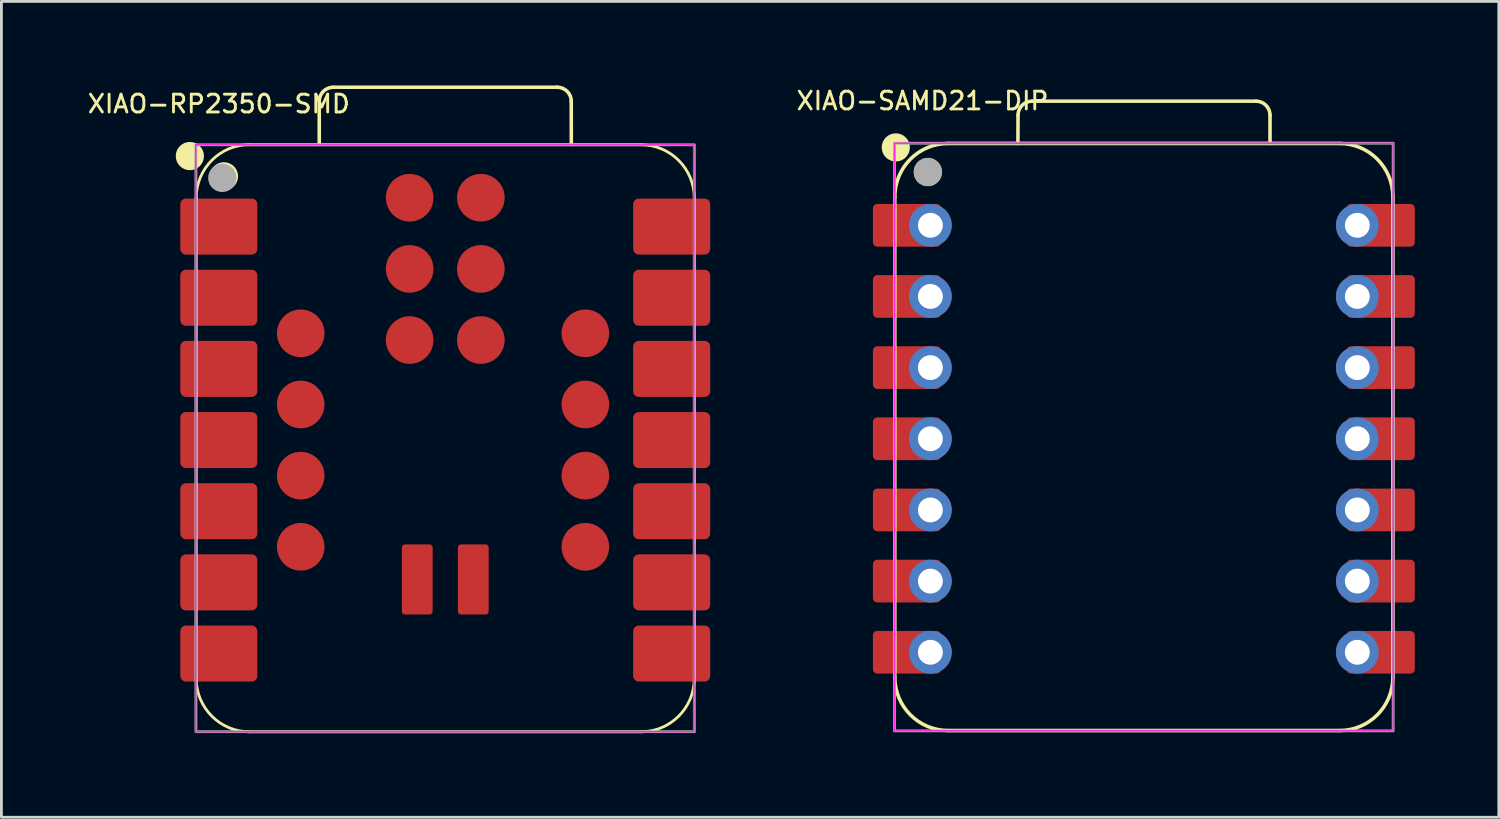
<source format=kicad_pcb>
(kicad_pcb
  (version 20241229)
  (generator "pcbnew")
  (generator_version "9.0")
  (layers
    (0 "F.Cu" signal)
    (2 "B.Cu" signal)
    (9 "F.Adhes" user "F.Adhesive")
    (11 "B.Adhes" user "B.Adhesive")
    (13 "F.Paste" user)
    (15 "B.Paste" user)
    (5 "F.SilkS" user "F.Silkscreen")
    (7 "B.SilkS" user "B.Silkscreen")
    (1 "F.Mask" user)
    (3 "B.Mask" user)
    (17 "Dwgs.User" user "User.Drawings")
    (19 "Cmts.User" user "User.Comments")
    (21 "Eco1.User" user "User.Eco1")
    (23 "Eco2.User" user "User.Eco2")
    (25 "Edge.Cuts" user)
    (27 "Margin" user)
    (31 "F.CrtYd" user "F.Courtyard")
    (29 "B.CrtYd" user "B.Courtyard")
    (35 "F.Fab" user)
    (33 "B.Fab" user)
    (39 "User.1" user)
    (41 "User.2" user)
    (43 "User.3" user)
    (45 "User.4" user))
  (footprint "XIAO-SAMD21-DIP"
    (layer "F.Cu")
    (at 37.88 12.55)
    (property "Reference" "XIAO-SAMD21-DIP" (at -8 -12 0) (unlocked yes) (layer "F.SilkS") (effects (font (size 0.635 0.635) (thickness 0.102))))
    (attr smd)
    (fp_line (start -8.99 8.572) (end -8.99 -8.573) (stroke (width 0.127) (type solid)) (layer "F.SilkS"))
    (fp_line (start -7.085 10.476) (end 6.885 10.476) (stroke (width 0.127) (type solid)) (layer "F.SilkS"))
    (fp_line (start -4.595 -10.479) (end -4.591 -11.489) (stroke (width 0.127) (type solid)) (layer "F.SilkS"))
    (fp_line (start -4.091 -11.989) (end 3.904 -11.989) (stroke (width 0.127) (type solid)) (layer "F.SilkS"))
    (fp_line (start 4.404 -11.489) (end 4.404 -10.479) (stroke (width 0.127) (type solid)) (layer "F.SilkS"))
    (fp_line (start 6.885 -10.479) (end -7.085 -10.479) (stroke (width 0.1) (type solid)) (layer "F.SilkS"))
    (fp_line (start 6.885 -10.479) (end -7.085 -10.479) (stroke (width 0.127) (type solid)) (layer "F.SilkS"))
    (fp_line (start 8.79 8.572) (end 8.79 -8.573) (stroke (width 0.127) (type solid)) (layer "F.SilkS"))
    (fp_arc (start -8.99 -8.5735) (mid -8.432038 -9.920538) (end -7.085 -10.4785) (stroke (width 0.127) (type solid)) (layer "F.SilkS"))
    (fp_arc (start -7.085 10.4765) (mid -8.432038 9.918538) (end -8.99 8.5715) (stroke (width 0.127) (type solid)) (layer "F.SilkS"))
    (fp_arc (start -4.591272 -11.488772) (mid -4.444728 -11.84214) (end -4.091272 -11.9885) (stroke (width 0.127) (type default)) (layer "F.SilkS"))
    (fp_arc (start 3.904 -11.9885) (mid 4.257553 -11.842053) (end 4.404 -11.4885) (stroke (width 0.127) (type default)) (layer "F.SilkS"))
    (fp_arc (start 6.885 -10.4785) (mid 8.232038 -9.920538) (end 8.79 -8.5735) (stroke (width 0.127) (type solid)) (layer "F.SilkS"))
    (fp_arc (start 8.79 8.5715) (mid 8.232038 9.918538) (end 6.885 10.4765) (stroke (width 0.127) (type solid)) (layer "F.SilkS"))
    (fp_circle (center -8.954 -10.338) (end -8.954 -10.591) (stroke (width 0.5) (type solid)) (fill yes) (layer "F.SilkS"))
    (fp_circle (center -7.811 -9.457) (end -7.811 -9.711) (stroke (width 0.5) (type solid)) (fill yes) (layer "F.SilkS"))
    (fp_rect (start -9 -10.488) (end 8.8 10.488) (stroke (width 0.05) (type default)) (fill no) (layer "F.CrtYd"))
    (fp_rect (start -9 -10.488) (end 8.8 10.488) (stroke (width 0.1) (type default)) (fill no) (layer "F.Fab"))
    (fp_circle (center -7.808 -9.463) (end -7.808 -9.717) (stroke (width 0.5) (type solid)) (fill no) (layer "F.Fab"))
    (pad "1" smd roundrect (at -8.555 -7.558 180) (size 2.432 1.524) (layers "F.Cu" "F.Mask") (roundrect_rratio 0.1))
    (pad "1" thru_hole circle (at -7.72 -7.558 180) (size 1.524 1.524) (drill 0.889) (layers "*.Cu" "*.Mask"))
    (pad "2" smd roundrect (at -8.555 -5.018 180) (size 2.432 1.524) (layers "F.Cu" "F.Mask") (roundrect_rratio 0.1))
    (pad "2" thru_hole circle (at -7.72 -5.018 180) (size 1.524 1.524) (drill 0.889) (layers "*.Cu" "*.Mask"))
    (pad "3" smd roundrect (at -8.555 -2.478 180) (size 2.432 1.524) (layers "F.Cu" "F.Mask") (roundrect_rratio 0.1))
    (pad "3" thru_hole circle (at -7.72 -2.478 180) (size 1.524 1.524) (drill 0.889) (layers "*.Cu" "*.Mask"))
    (pad "4" smd roundrect (at -8.555 0.062 180) (size 2.432 1.524) (layers "F.Cu" "F.Mask") (roundrect_rratio 0.1))
    (pad "4" thru_hole circle (at -7.72 0.062 180) (size 1.524 1.524) (drill 0.889) (layers "*.Cu" "*.Mask"))
    (pad "5" smd roundrect (at -8.555 2.603 180) (size 2.432 1.524) (layers "F.Cu" "F.Mask") (roundrect_rratio 0.1))
    (pad "5" thru_hole circle (at -7.72 2.603 180) (size 1.524 1.524) (drill 0.889) (layers "*.Cu" "*.Mask"))
    (pad "6" smd roundrect (at -8.555 5.143 180) (size 2.432 1.524) (layers "F.Cu" "F.Mask") (roundrect_rratio 0.1))
    (pad "6" thru_hole circle (at -7.72 5.143 180) (size 1.524 1.524) (drill 0.889) (layers "*.Cu" "*.Mask"))
    (pad "7" smd roundrect (at -8.555 7.683 180) (size 2.432 1.524) (layers "F.Cu" "F.Mask") (roundrect_rratio 0.1))
    (pad "7" thru_hole circle (at -7.72 7.683 180) (size 1.524 1.524) (drill 0.889) (layers "*.Cu" "*.Mask"))
    (pad "8" thru_hole circle (at 7.52 7.683) (size 1.524 1.524) (drill 0.889) (layers "*.Cu" "*.Mask"))
    (pad "8" smd roundrect (at 8.355 7.683) (size 2.432 1.524) (layers "F.Cu" "F.Mask") (roundrect_rratio 0.1))
    (pad "9" thru_hole circle (at 7.52 5.143) (size 1.524 1.524) (drill 0.889) (layers "*.Cu" "*.Mask"))
    (pad "9" smd roundrect (at 8.355 5.143) (size 2.432 1.524) (layers "F.Cu" "F.Mask") (roundrect_rratio 0.1))
    (pad "10" thru_hole circle (at 7.52 2.603) (size 1.524 1.524) (drill 0.889) (layers "*.Cu" "*.Mask"))
    (pad "10" smd roundrect (at 8.355 2.603) (size 2.432 1.524) (layers "F.Cu" "F.Mask") (roundrect_rratio 0.1))
    (pad "11" thru_hole circle (at 7.52 0.062) (size 1.524 1.524) (drill 0.889) (layers "*.Cu" "*.Mask"))
    (pad "11" smd roundrect (at 8.355 0.062) (size 2.432 1.524) (layers "F.Cu" "F.Mask") (roundrect_rratio 0.1))
    (pad "12" thru_hole circle (at 7.52 -2.478) (size 1.524 1.524) (drill 0.889) (layers "*.Cu" "*.Mask"))
    (pad "12" smd roundrect (at 8.355 -2.478) (size 2.432 1.524) (layers "F.Cu" "F.Mask") (roundrect_rratio 0.1))
    (pad "13" thru_hole circle (at 7.52 -5.018) (size 1.524 1.524) (drill 0.889) (layers "*.Cu" "*.Mask"))
    (pad "13" smd roundrect (at 8.355 -5.018) (size 2.432 1.524) (layers "F.Cu" "F.Mask") (roundrect_rratio 0.1))
    (pad "14" thru_hole circle (at 7.52 -7.558) (size 1.524 1.524) (drill 0.889) (layers "*.Cu" "*.Mask"))
    (pad "14" smd roundrect (at 8.355 -7.558) (size 2.432 1.524) (layers "F.Cu" "F.Mask") (roundrect_rratio 0.1)))
  (footprint "XIAO-RP2350-SMD"
    (layer "F.Cu")
    (at 12.761 12.658)
    (property "Reference" "XIAO-RP2350-SMD" (at -8 -12 0) (unlocked yes) (layer "F.SilkS") (effects (font (size 0.635 0.635) (thickness 0.102))))
    (attr smd)
    (fp_line (start -8.807 8.509) (end -8.807 -8.636) (stroke (width 0.1) (type solid)) (layer "F.SilkS"))
    (fp_line (start -6.902 10.414) (end 7.067 10.414) (stroke (width 0.1) (type solid)) (layer "F.SilkS"))
    (fp_line (start -4.415 -10.553) (end -4.415 -12.094) (stroke (width 0.127) (type solid)) (layer "F.SilkS"))
    (fp_line (start -3.915 -12.594) (end 4.08 -12.594) (stroke (width 0.127) (type solid)) (layer "F.SilkS"))
    (fp_line (start 4.58 -12.094) (end 4.582 -10.55) (stroke (width 0.127) (type solid)) (layer "F.SilkS"))
    (fp_line (start 7.067 -10.541) (end -6.902 -10.541) (stroke (width 0.1) (type solid)) (layer "F.SilkS"))
    (fp_line (start 8.973 8.509) (end 8.973 -8.636) (stroke (width 0.1) (type solid)) (layer "F.SilkS"))
    (fp_arc (start -8.8075 -8.64) (mid -8.249538 -9.987038) (end -6.9025 -10.545) (stroke (width 0.1) (type solid)) (layer "F.SilkS"))
    (fp_arc (start -6.9025 10.414) (mid -8.249538 9.856038) (end -8.8075 8.509) (stroke (width 0.1) (type solid)) (layer "F.SilkS"))
    (fp_arc (start -4.414784 -12.094284) (mid -4.268207 -12.447619) (end -3.914784 -12.594012) (stroke (width 0.127) (type default)) (layer "F.SilkS"))
    (fp_arc (start 4.080488 -12.594012) (mid 4.434053 -12.44757) (end 4.580488 -12.094012) (stroke (width 0.127) (type default)) (layer "F.SilkS"))
    (fp_arc (start 7.0675 -10.541) (mid 8.414538 -9.983038) (end 8.9725 -8.636) (stroke (width 0.1) (type solid)) (layer "F.SilkS"))
    (fp_arc (start 8.9725 8.509) (mid 8.414538 9.856038) (end 7.0675 10.414) (stroke (width 0.1) (type solid)) (layer "F.SilkS"))
    (fp_circle (center -9.034 -10.137) (end -9.034 -10.391) (stroke (width 0.5) (type solid)) (fill yes) (layer "F.SilkS"))
    (fp_circle (center -7.817 -9.414) (end -7.817 -9.668) (stroke (width 0.5) (type solid)) (fill yes) (layer "F.SilkS"))
    (fp_rect (start -8.828 -10.54) (end 8.953 10.41) (stroke (width 0.05) (type default)) (fill no) (layer "F.CrtYd"))
    (fp_rect (start -8.818 -10.54) (end 8.973 10.41) (stroke (width 0.1) (type default)) (fill no) (layer "F.Fab"))
    (fp_circle (center -7.878 -9.357) (end -7.878 -9.611) (stroke (width 0.5) (type solid)) (fill no) (layer "F.Fab"))
    (pad "1" smd roundrect (at -8 -7.62 180) (size 2.75 2) (layers "F.Cu" "F.Mask" "F.Paste") (roundrect_rratio 0.1))
    (pad "2" smd roundrect (at -8 -5.08 180) (size 2.75 2) (layers "F.Cu" "F.Mask" "F.Paste") (roundrect_rratio 0.1))
    (pad "3" smd roundrect (at -8 -2.54 180) (size 2.75 2) (layers "F.Cu" "F.Mask" "F.Paste") (roundrect_rratio 0.1))
    (pad "4" smd roundrect (at -8 0 180) (size 2.75 2) (layers "F.Cu" "F.Mask" "F.Paste") (roundrect_rratio 0.1))
    (pad "5" smd roundrect (at -8 2.54 180) (size 2.75 2) (layers "F.Cu" "F.Mask" "F.Paste") (roundrect_rratio 0.1))
    (pad "6" smd roundrect (at -8 5.08 180) (size 2.75 2) (layers "F.Cu" "F.Mask" "F.Paste") (roundrect_rratio 0.1))
    (pad "7" smd roundrect (at -8 7.62 180) (size 2.75 2) (layers "F.Cu" "F.Mask" "F.Paste") (roundrect_rratio 0.1))
    (pad "8" smd roundrect (at 8.165 7.62) (size 2.75 2) (layers "F.Cu" "F.Mask" "F.Paste") (roundrect_rratio 0.1))
    (pad "9" smd roundrect (at 8.165 5.08) (size 2.75 2) (layers "F.Cu" "F.Mask" "F.Paste") (roundrect_rratio 0.1))
    (pad "10" smd roundrect (at 8.165 2.54) (size 2.75 2) (layers "F.Cu" "F.Mask" "F.Paste") (roundrect_rratio 0.1))
    (pad "11" smd roundrect (at 8.165 0) (size 2.75 2) (layers "F.Cu" "F.Mask" "F.Paste") (roundrect_rratio 0.1))
    (pad "12" smd roundrect (at 8.165 -2.54) (size 2.75 2) (layers "F.Cu" "F.Mask" "F.Paste") (roundrect_rratio 0.1))
    (pad "13" smd roundrect (at 8.165 -5.08) (size 2.75 2) (layers "F.Cu" "F.Mask" "F.Paste") (roundrect_rratio 0.1))
    (pad "14" smd roundrect (at 8.165 -7.62) (size 2.75 2) (layers "F.Cu" "F.Mask" "F.Paste") (roundrect_rratio 0.1))
    (pad "15" smd circle (at 5.083 -3.81 180) (size 1.7 1.7) (layers "F.Cu" "F.Mask" "F.Paste"))
    (pad "16" smd circle (at 5.083 -1.27 180) (size 1.7 1.7) (layers "F.Cu" "F.Mask" "F.Paste"))
    (pad "17" smd circle (at 5.083 1.27 180) (size 1.7 1.7) (layers "F.Cu" "F.Mask" "F.Paste"))
    (pad "18" smd circle (at 5.083 3.81 180) (size 1.7 1.7) (layers "F.Cu" "F.Mask" "F.Paste"))
    (pad "19" smd circle (at -5.077 3.81 180) (size 1.7 1.7) (layers "F.Cu" "F.Mask" "F.Paste"))
    (pad "20" smd circle (at -5.077 1.27 180) (size 1.7 1.7) (layers "F.Cu" "F.Mask" "F.Paste"))
    (pad "21" smd circle (at -5.077 -1.27 180) (size 1.7 1.7) (layers "F.Cu" "F.Mask" "F.Paste"))
    (pad "22" smd circle (at -5.077 -3.81 180) (size 1.7 1.7) (layers "F.Cu" "F.Mask" "F.Paste"))
    (pad "23" smd circle (at -1.188 -8.65 180) (size 1.7 1.7) (layers "F.Cu" "F.Mask" "F.Paste"))
    (pad "24" smd circle (at -1.188 -6.11 180) (size 1.7 1.7) (layers "F.Cu" "F.Mask" "F.Paste"))
    (pad "25" smd circle (at -1.188 -3.57 180) (size 1.7 1.7) (layers "F.Cu" "F.Mask" "F.Paste"))
    (pad "26" smd circle (at 1.353 -3.57 180) (size 1.7 1.7) (layers "F.Cu" "F.Mask" "F.Paste"))
    (pad "27" smd circle (at 1.353 -6.11 180) (size 1.7 1.7) (layers "F.Cu" "F.Mask" "F.Paste"))
    (pad "28" smd circle (at 1.353 -8.65 180) (size 1.7 1.7) (layers "F.Cu" "F.Mask" "F.Paste"))
    (pad "29" smd roundrect (at -0.917 4.975 270) (size 2.5 1.1) (layers "F.Cu" "F.Mask" "F.Paste") (roundrect_rratio 0.1))
    (pad "30" smd roundrect (at 1.083 4.975 270) (size 2.5 1.1) (layers "F.Cu" "F.Mask" "F.Paste") (roundrect_rratio 0.1)))
  (gr_rect
    (start -3 -3)
    (end 50.451 26.122)
    (stroke (width 0.1) (type default))
    (fill no)
    (layer "Edge.Cuts")))
</source>
